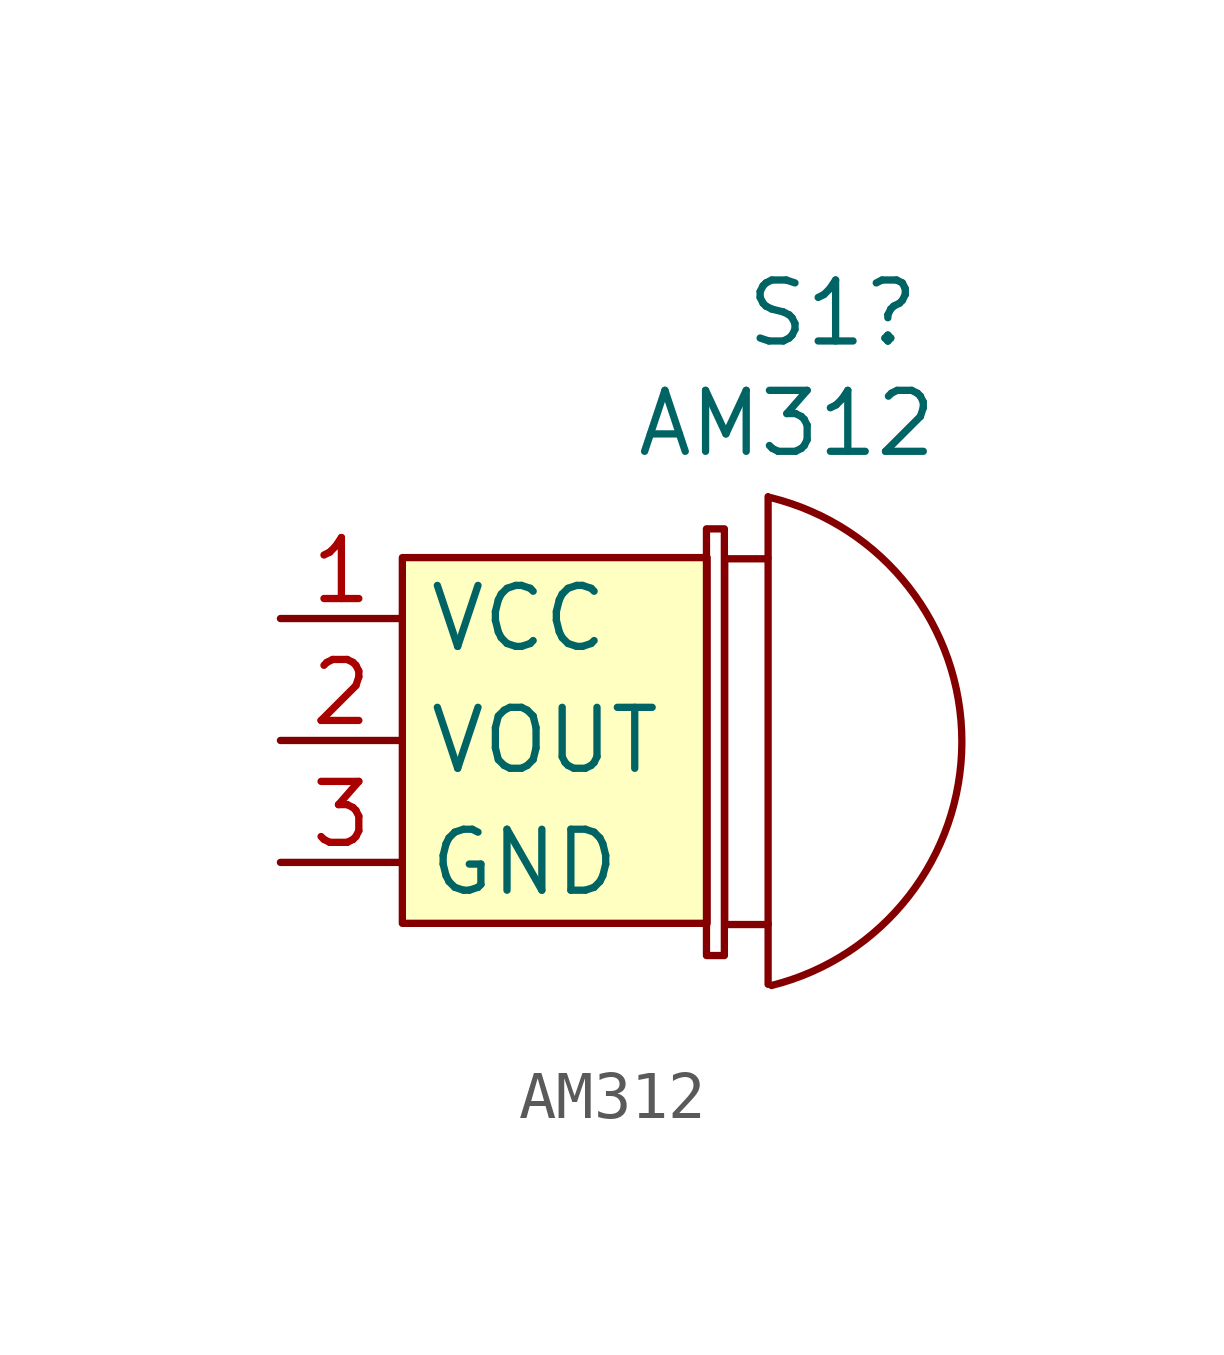
<source format=kicad_sym>
(kicad_symbol_lib
  (version 20241209)
  (generator "kicad_symbol_editor")
  (generator_version "9.0")
  (symbol "AM312"
    (property "Reference" "S1"
      (at 9.652 12.713 0)
      (effects (font (size 1.27 1.27)) (justify left)))
    (property "Value" "AM312"
      (at 7.366 10.414 0)
      (effects (font (size 1.27 1.27)) (justify left)))
    (symbol "AM312_0_0"
      (pin power_in line (at 0 6.35 0) (length 2.54) (name "VCC" (effects (font (size 1.27 1.27)))) (number "1" (effects (font (size 1.27 1.27)))))
      (pin output line (at 0 3.81 0) (length 2.54) (name "VOUT" (effects (font (size 1.27 1.27)))) (number "2" (effects (font (size 1.27 1.27)))))
      (pin power_out line (at 0 1.27 0) (length 2.54) (name "GND" (effects (font (size 1.27 1.27)))) (number "3" (effects (font (size 1.27 1.27))))))
    (symbol "AM312_1_1"
      (rectangle (start 2.54 7.62) (end 8.89 0) (stroke (width 0) (type solid)) (fill (type background)))
      (rectangle (start 8.876 8.219) (end 9.249 -0.671) (stroke (width 0) (type default)) (fill (type none)))
      (arc (start 10.2305 8.8649) (mid 14.1968 3.7849) (end 10.2305 -1.2951) (stroke (width 0) (type default)) (fill (type none)))
      (rectangle (start 9.256 7.595) (end 10.16 -0.025) (stroke (width 0) (type default)) (fill (type none)))
      (polyline (pts (xy 10.16 8.89) (xy 10.16 7.62)) (stroke (width 0) (type default)) (fill (type none)))
      (polyline (pts (xy 10.16 -1.27) (xy 10.16 0)) (stroke (width 0) (type default)) (fill (type none))))))
</source>
